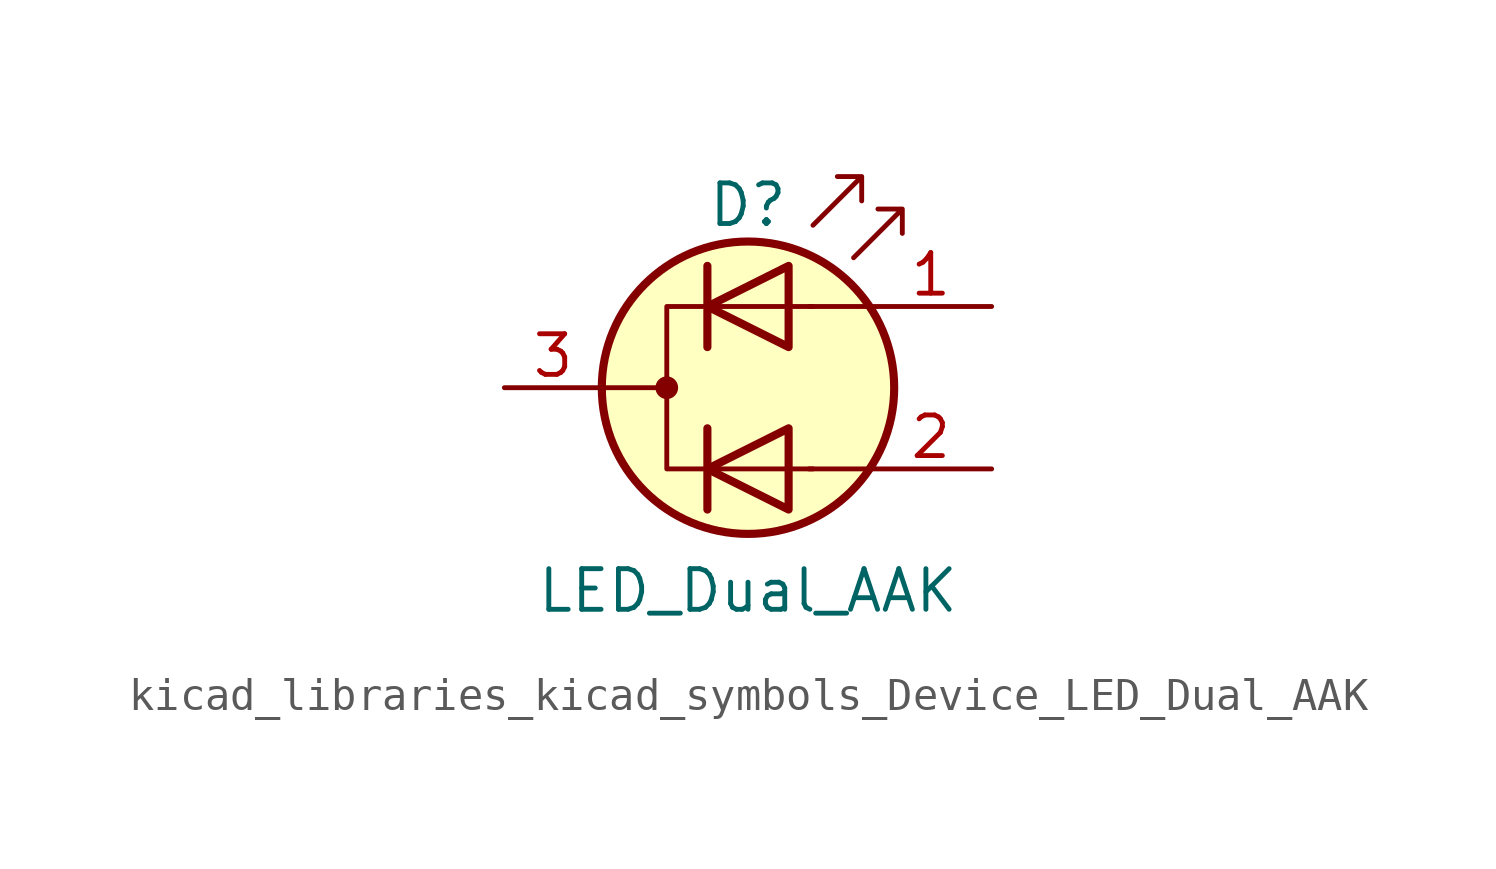
<source format=kicad_sym>
(kicad_symbol_lib
  (version 20220914)
  (generator kicad_symbol_editor)
  (symbol "kicad_libraries_kicad_symbols_Device_LED_Dual_AAK"
    (pin_names
      (offset 0) hide)
    (property "Reference" "D"
      (at 0 5.715 0)
      (effects (font (size 1.27 1.27))))
    (property "Value" "LED_Dual_AAK"
      (at 0 -6.35 0)
      (effects (font (size 1.27 1.27))))
    (symbol "kicad_libraries_kicad_symbols_Device_LED_Dual_AAK_0_1"
      (circle (center -2.54 0) (radius 0.279) (stroke (width 0) (type default)) (fill (type outline)))
      (polyline (pts (xy -4.572 0) (xy -2.54 0)) (stroke (width 0) (type default)) (fill (type none)))
      (polyline (pts (xy -1.27 -1.27) (xy -1.27 -3.81)) (stroke (width 0.254) (type default)) (fill (type none)))
      (polyline (pts (xy -1.27 1.27) (xy -1.27 3.81)) (stroke (width 0.254) (type default)) (fill (type none)))
      (polyline (pts (xy 3.81 -2.54) (xy 1.905 -2.54)) (stroke (width 0) (type default)) (fill (type none)))
      (polyline (pts (xy 3.81 2.54) (xy 1.905 2.54)) (stroke (width 0) (type default)) (fill (type none)))
      (polyline (pts (xy 1.27 -3.81) (xy 1.27 -1.27) (xy -1.27 -2.54) (xy 1.27 -3.81)) (stroke (width 0.254) (type default)) (fill (type none)))
      (polyline (pts (xy 1.27 1.27) (xy 1.27 3.81) (xy -1.27 2.54) (xy 1.27 1.27)) (stroke (width 0.254) (type default)) (fill (type none)))
      (polyline (pts (xy 2.032 2.54) (xy -2.54 2.54) (xy -2.54 -2.54) (xy 2.032 -2.54)) (stroke (width 0) (type default)) (fill (type none)))
      (polyline (pts (xy 2.032 5.08) (xy 3.556 6.604) (xy 2.794 6.604) (xy 3.556 6.604) (xy 3.556 5.842)) (stroke (width 0) (type default)) (fill (type none)))
      (polyline (pts (xy 3.302 4.064) (xy 4.826 5.588) (xy 4.064 5.588) (xy 4.826 5.588) (xy 4.826 4.826)) (stroke (width 0) (type default)) (fill (type none)))
      (circle (center 0 0) (radius 4.572) (stroke (width 0.254) (type default)) (fill (type background))))
    (symbol "kicad_libraries_kicad_symbols_Device_LED_Dual_AAK_1_1"
      (pin input line (at 7.62 2.54 180) (length 3.81) (name "A1" (effects (font (size 1.27 1.27)))) (number "1" (effects (font (size 1.27 1.27)))))
      (pin input line (at 7.62 -2.54 180) (length 3.81) (name "A2" (effects (font (size 1.27 1.27)))) (number "2" (effects (font (size 1.27 1.27)))))
      (pin input line (at -7.62 0 0) (length 3.048) (name "K" (effects (font (size 1.27 1.27)))) (number "3" (effects (font (size 1.27 1.27))))))))
</source>
